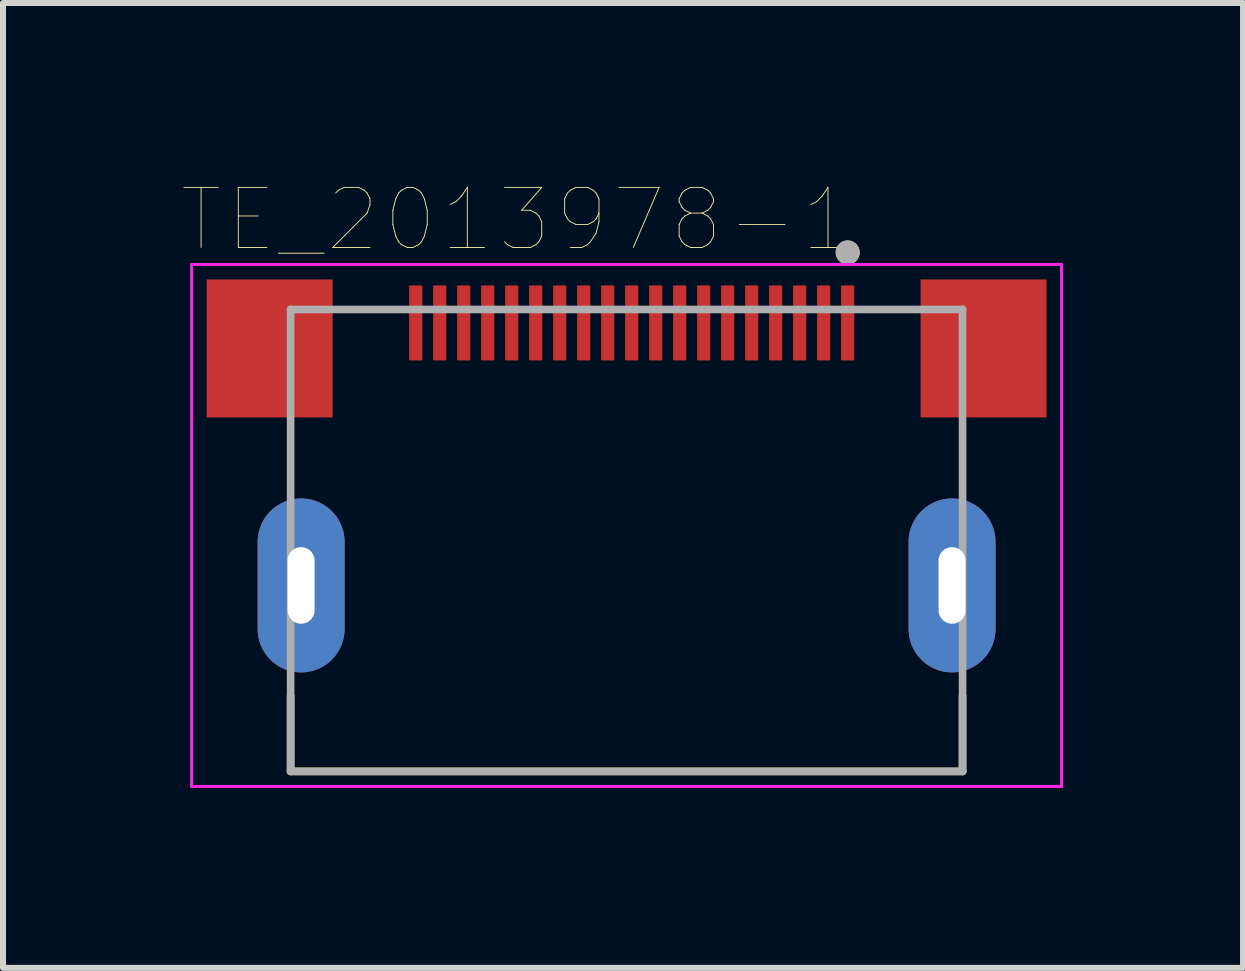
<source format=kicad_pcb>
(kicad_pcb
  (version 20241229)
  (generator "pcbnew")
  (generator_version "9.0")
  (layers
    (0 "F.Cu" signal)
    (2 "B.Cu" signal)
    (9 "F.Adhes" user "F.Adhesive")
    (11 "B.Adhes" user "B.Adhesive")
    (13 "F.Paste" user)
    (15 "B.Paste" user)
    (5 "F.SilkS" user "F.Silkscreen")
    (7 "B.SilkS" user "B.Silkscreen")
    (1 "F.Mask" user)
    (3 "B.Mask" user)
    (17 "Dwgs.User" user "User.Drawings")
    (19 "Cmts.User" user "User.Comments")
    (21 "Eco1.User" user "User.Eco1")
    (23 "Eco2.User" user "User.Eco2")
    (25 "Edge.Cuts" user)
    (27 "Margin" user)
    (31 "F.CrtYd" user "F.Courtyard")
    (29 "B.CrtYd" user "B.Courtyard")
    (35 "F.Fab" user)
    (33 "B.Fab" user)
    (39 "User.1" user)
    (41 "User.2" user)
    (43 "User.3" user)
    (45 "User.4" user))
  (footprint "TE_2013978-1"
    (layer "F.Cu")
    (at 7.394 6.708)
    (property "Reference" "TE_2013978-1" (at -1.82 -6.096 0) (layer "F.SilkS") (effects (font (size 1.002 1.002) (thickness 0.015))))
    (attr through_hole)
    (fp_line (start -5.6 3.1) (end -5.6 1.84) (stroke (width 0.127) (type solid)) (layer "F.SilkS"))
    (fp_line (start 5.6 3.1) (end -5.6 3.1) (stroke (width 0.127) (type solid)) (layer "F.SilkS"))
    (fp_line (start 5.6 3.1) (end 5.6 1.84) (stroke (width 0.127) (type solid)) (layer "F.SilkS"))
    (fp_circle (center 3.685 -5.55) (end 3.785 -5.55) (stroke (width 0.2) (type solid)) (fill no) (layer "F.SilkS"))
    (fp_line (start -7.25 -5.35) (end 7.25 -5.35) (stroke (width 0.05) (type solid)) (layer "F.CrtYd"))
    (fp_line (start -7.25 3.35) (end -7.25 -5.35) (stroke (width 0.05) (type solid)) (layer "F.CrtYd"))
    (fp_line (start 7.25 -5.35) (end 7.25 3.35) (stroke (width 0.05) (type solid)) (layer "F.CrtYd"))
    (fp_line (start 7.25 3.35) (end -7.25 3.35) (stroke (width 0.05) (type solid)) (layer "F.CrtYd"))
    (fp_line (start -5.6 -4.6) (end 5.6 -4.6) (stroke (width 0.127) (type solid)) (layer "F.Fab"))
    (fp_line (start -5.6 3.1) (end -5.6 -4.6) (stroke (width 0.127) (type solid)) (layer "F.Fab"))
    (fp_line (start 5.6 -4.6) (end 5.6 3.1) (stroke (width 0.127) (type solid)) (layer "F.Fab"))
    (fp_line (start 5.6 3.1) (end -5.6 3.1) (stroke (width 0.127) (type solid)) (layer "F.Fab"))
    (fp_circle (center 3.685 -5.55) (end 3.785 -5.55) (stroke (width 0.2) (type solid)) (fill no) (layer "F.Fab"))
    (pad "1" smd rect (at 3.685 -4.375) (size 0.22 1.25) (layers "F.Cu" "F.Mask" "F.Paste"))
    (pad "2" smd rect (at 3.285 -4.375) (size 0.22 1.25) (layers "F.Cu" "F.Mask" "F.Paste"))
    (pad "3" smd rect (at 2.885 -4.375) (size 0.22 1.25) (layers "F.Cu" "F.Mask" "F.Paste"))
    (pad "4" smd rect (at 2.485 -4.375) (size 0.22 1.25) (layers "F.Cu" "F.Mask" "F.Paste"))
    (pad "5" smd rect (at 2.085 -4.375) (size 0.22 1.25) (layers "F.Cu" "F.Mask" "F.Paste"))
    (pad "6" smd rect (at 1.685 -4.375) (size 0.22 1.25) (layers "F.Cu" "F.Mask" "F.Paste"))
    (pad "7" smd rect (at 1.285 -4.375) (size 0.22 1.25) (layers "F.Cu" "F.Mask" "F.Paste"))
    (pad "8" smd rect (at 0.885 -4.375) (size 0.22 1.25) (layers "F.Cu" "F.Mask" "F.Paste"))
    (pad "9" smd rect (at 0.485 -4.375) (size 0.22 1.25) (layers "F.Cu" "F.Mask" "F.Paste"))
    (pad "10" smd rect (at 0.085 -4.375) (size 0.22 1.25) (layers "F.Cu" "F.Mask" "F.Paste"))
    (pad "11" smd rect (at -0.315 -4.375) (size 0.22 1.25) (layers "F.Cu" "F.Mask" "F.Paste"))
    (pad "12" smd rect (at -0.715 -4.375) (size 0.22 1.25) (layers "F.Cu" "F.Mask" "F.Paste"))
    (pad "13" smd rect (at -1.115 -4.375) (size 0.22 1.25) (layers "F.Cu" "F.Mask" "F.Paste"))
    (pad "14" smd rect (at -1.515 -4.375) (size 0.22 1.25) (layers "F.Cu" "F.Mask" "F.Paste"))
    (pad "15" smd rect (at -1.915 -4.375) (size 0.22 1.25) (layers "F.Cu" "F.Mask" "F.Paste"))
    (pad "16" smd rect (at -2.315 -4.375) (size 0.22 1.25) (layers "F.Cu" "F.Mask" "F.Paste"))
    (pad "17" smd rect (at -2.715 -4.375) (size 0.22 1.25) (layers "F.Cu" "F.Mask" "F.Paste"))
    (pad "18" smd rect (at -3.115 -4.375) (size 0.22 1.25) (layers "F.Cu" "F.Mask" "F.Paste"))
    (pad "19" smd rect (at -3.515 -4.375) (size 0.22 1.25) (layers "F.Cu" "F.Mask" "F.Paste"))
    (pad "S1" smd rect (at -5.95 -3.95) (size 2.1 2.3) (layers "F.Cu" "F.Mask" "F.Paste"))
    (pad "S2" smd rect (at 5.95 -3.95) (size 2.1 2.3) (layers "F.Cu" "F.Mask" "F.Paste"))
    (pad "S3" thru_hole oval (at -5.425 0) (size 1.45 2.9) (drill oval 0.45 1.276) (layers "*.Cu" "*.Mask"))
    (pad "S4" thru_hole oval (at 5.425 0) (size 1.45 2.9) (drill oval 0.45 1.276) (layers "*.Cu" "*.Mask")))
  (gr_rect
    (start -3 -3)
    (end 17.669 13.083)
    (stroke (width 0.1) (type default))
    (fill no)
    (layer "Edge.Cuts")))
</source>
